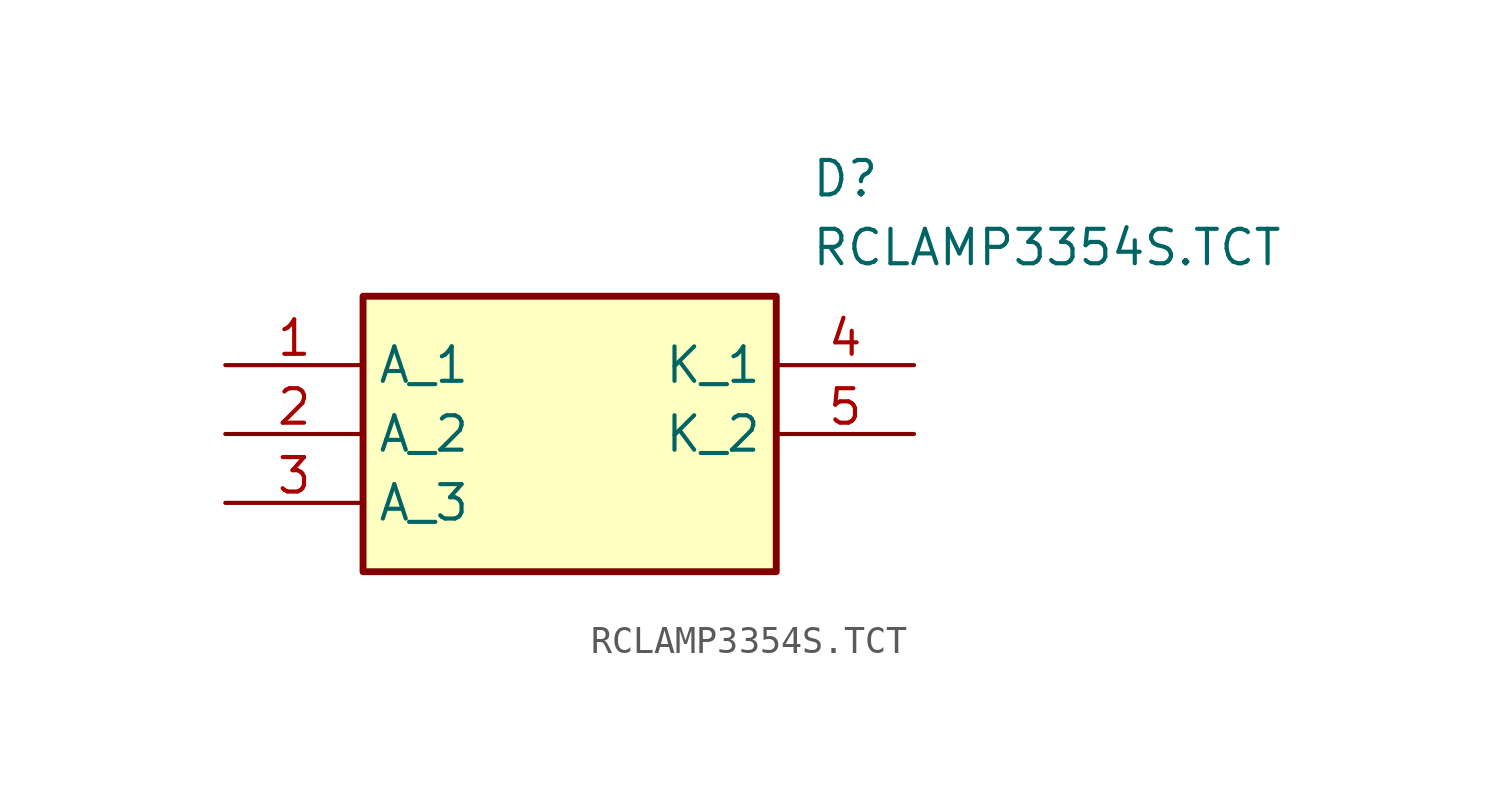
<source format=kicad_sym>
(kicad_symbol_lib
  (version 20211014)
  (generator SamacSys_ECAD_Model)
  (symbol "RCLAMP3354S.TCT"
    (property "Reference" "D"
      (at 21.59 7.62 0)
      (effects (font (size 1.27 1.27)) (justify left top)))
    (property "Value" "RCLAMP3354S.TCT"
      (at 21.59 5.08 0)
      (effects (font (size 1.27 1.27)) (justify left top)))
    (rectangle
      (start 5.08 2.54)
      (end 20.32 -7.62)
      (stroke (width 0.254) (type default))
      (fill (type background)))
    (pin passive line
      (at 0 0 0)
      (length 5.08)
      (name "A_1" (effects (font (size 1.27 1.27))))
      (number "1" (effects (font (size 1.27 1.27)))))
    (pin passive line
      (at 0 -2.54 0)
      (length 5.08)
      (name "A_2" (effects (font (size 1.27 1.27))))
      (number "2" (effects (font (size 1.27 1.27)))))
    (pin passive line
      (at 0 -5.08 0)
      (length 5.08)
      (name "A_3" (effects (font (size 1.27 1.27))))
      (number "3" (effects (font (size 1.27 1.27)))))
    (pin passive line
      (at 25.4 0 180)
      (length 5.08)
      (name "K_1" (effects (font (size 1.27 1.27))))
      (number "4" (effects (font (size 1.27 1.27)))))
    (pin passive line
      (at 25.4 -2.54 180)
      (length 5.08)
      (name "K_2" (effects (font (size 1.27 1.27))))
      (number "5" (effects (font (size 1.27 1.27)))))))
</source>
